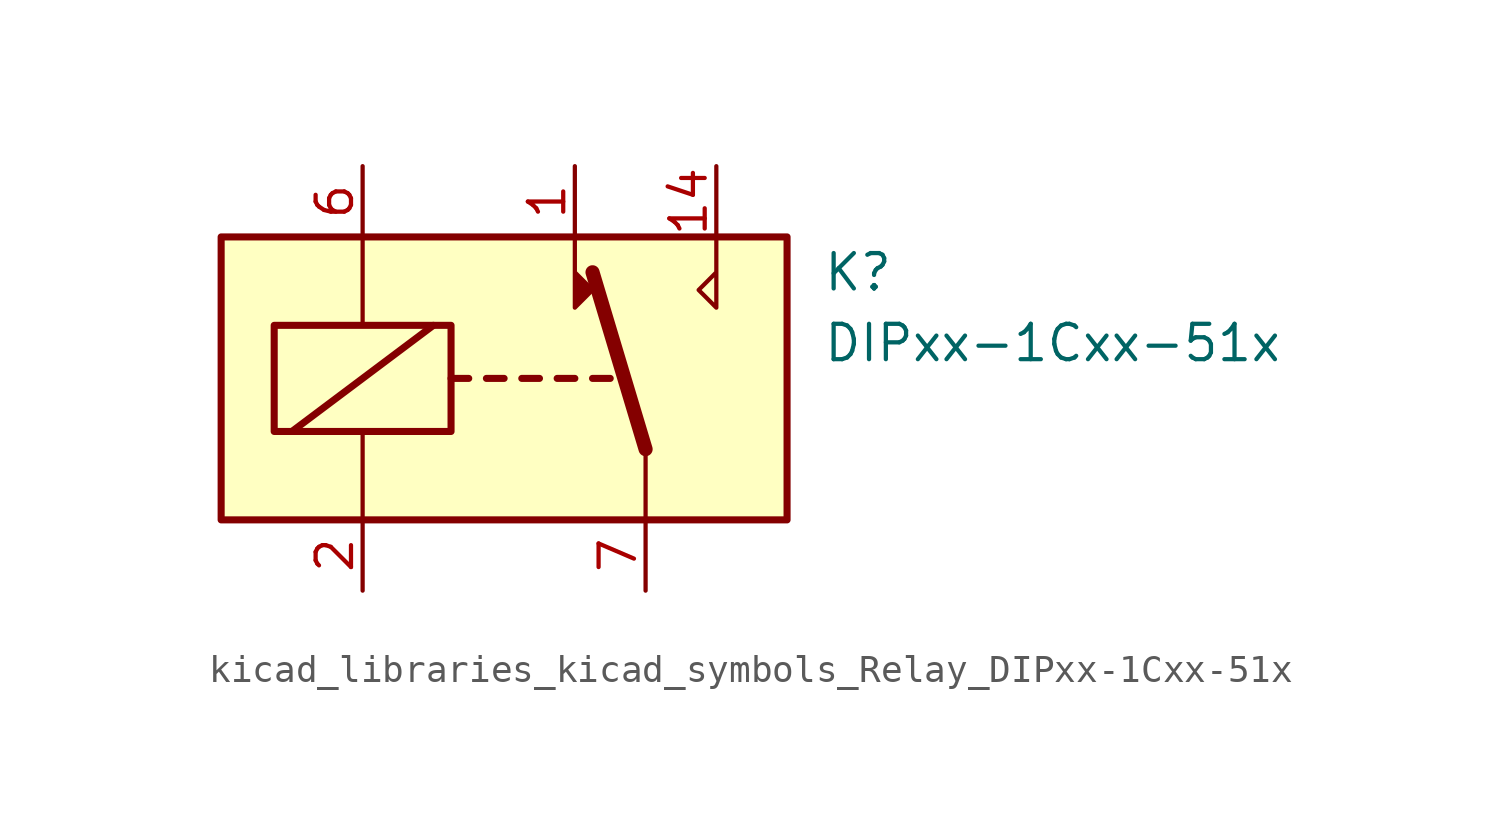
<source format=kicad_sym>
(kicad_symbol_lib
  (version 20220914)
  (generator kicad_symbol_editor)
  (symbol "kicad_libraries_kicad_symbols_Relay_DIPxx-1Cxx-51x"
    (property "Reference" "K"
      (at 11.43 3.81 0)
      (effects (font (size 1.27 1.27)) (justify left)))
    (property "Value" "DIPxx-1Cxx-51x"
      (at 11.43 1.27 0)
      (effects (font (size 1.27 1.27)) (justify left)))
    (symbol "kicad_libraries_kicad_symbols_Relay_DIPxx-1Cxx-51x_0_0"
      (polyline (pts (xy 2.54 5.08) (xy 2.54 2.54) (xy 3.175 3.175) (xy 2.54 3.81)) (stroke (width 0) (type default)) (fill (type outline)))
      (polyline (pts (xy 7.62 5.08) (xy 7.62 2.54) (xy 6.985 3.175) (xy 7.62 3.81)) (stroke (width 0) (type default)) (fill (type none))))
    (symbol "kicad_libraries_kicad_symbols_Relay_DIPxx-1Cxx-51x_0_1"
      (rectangle (start -10.16 5.08) (end 10.16 -5.08) (stroke (width 0.254) (type default)) (fill (type background)))
      (rectangle (start -8.255 1.905) (end -1.905 -1.905) (stroke (width 0.254) (type default)) (fill (type none)))
      (polyline (pts (xy -7.62 -1.905) (xy -2.54 1.905)) (stroke (width 0.254) (type default)) (fill (type none)))
      (polyline (pts (xy -5.08 -5.08) (xy -5.08 -1.905)) (stroke (width 0) (type default)) (fill (type none)))
      (polyline (pts (xy -5.08 5.08) (xy -5.08 1.905)) (stroke (width 0) (type default)) (fill (type none)))
      (polyline (pts (xy -1.905 0) (xy -1.27 0)) (stroke (width 0.254) (type default)) (fill (type none)))
      (polyline (pts (xy -0.635 0) (xy 0 0)) (stroke (width 0.254) (type default)) (fill (type none)))
      (polyline (pts (xy 0.635 0) (xy 1.27 0)) (stroke (width 0.254) (type default)) (fill (type none)))
      (polyline (pts (xy 1.905 0) (xy 2.54 0)) (stroke (width 0.254) (type default)) (fill (type none)))
      (polyline (pts (xy 3.175 0) (xy 3.81 0)) (stroke (width 0.254) (type default)) (fill (type none)))
      (polyline (pts (xy 5.08 -2.54) (xy 3.175 3.81)) (stroke (width 0.508) (type default)) (fill (type none)))
      (polyline (pts (xy 5.08 -2.54) (xy 5.08 -5.08)) (stroke (width 0) (type default)) (fill (type none))))
    (symbol "kicad_libraries_kicad_symbols_Relay_DIPxx-1Cxx-51x_1_1"
      (pin passive line (at 2.54 7.62 270) (length 2.54) (name "~" (effects (font (size 1.27 1.27)))) (number "1" (effects (font (size 1.27 1.27)))))
      (pin passive line (at 7.62 7.62 270) (length 2.54) (name "~" (effects (font (size 1.27 1.27)))) (number "14" (effects (font (size 1.27 1.27)))))
      (pin passive line (at -5.08 -7.62 90) (length 2.54) (name "~" (effects (font (size 1.27 1.27)))) (number "2" (effects (font (size 1.27 1.27)))))
      (pin passive line (at -5.08 7.62 270) (length 2.54) (name "~" (effects (font (size 1.27 1.27)))) (number "6" (effects (font (size 1.27 1.27)))))
      (pin passive line (at 5.08 -7.62 90) (length 2.54) (name "~" (effects (font (size 1.27 1.27)))) (number "7" (effects (font (size 1.27 1.27)))))
      (pin passive line (at 5.08 -7.62 90) (length 2.54) hide (name "~" (effects (font (size 1.27 1.27)))) (number "8" (effects (font (size 1.27 1.27))))))))
</source>
